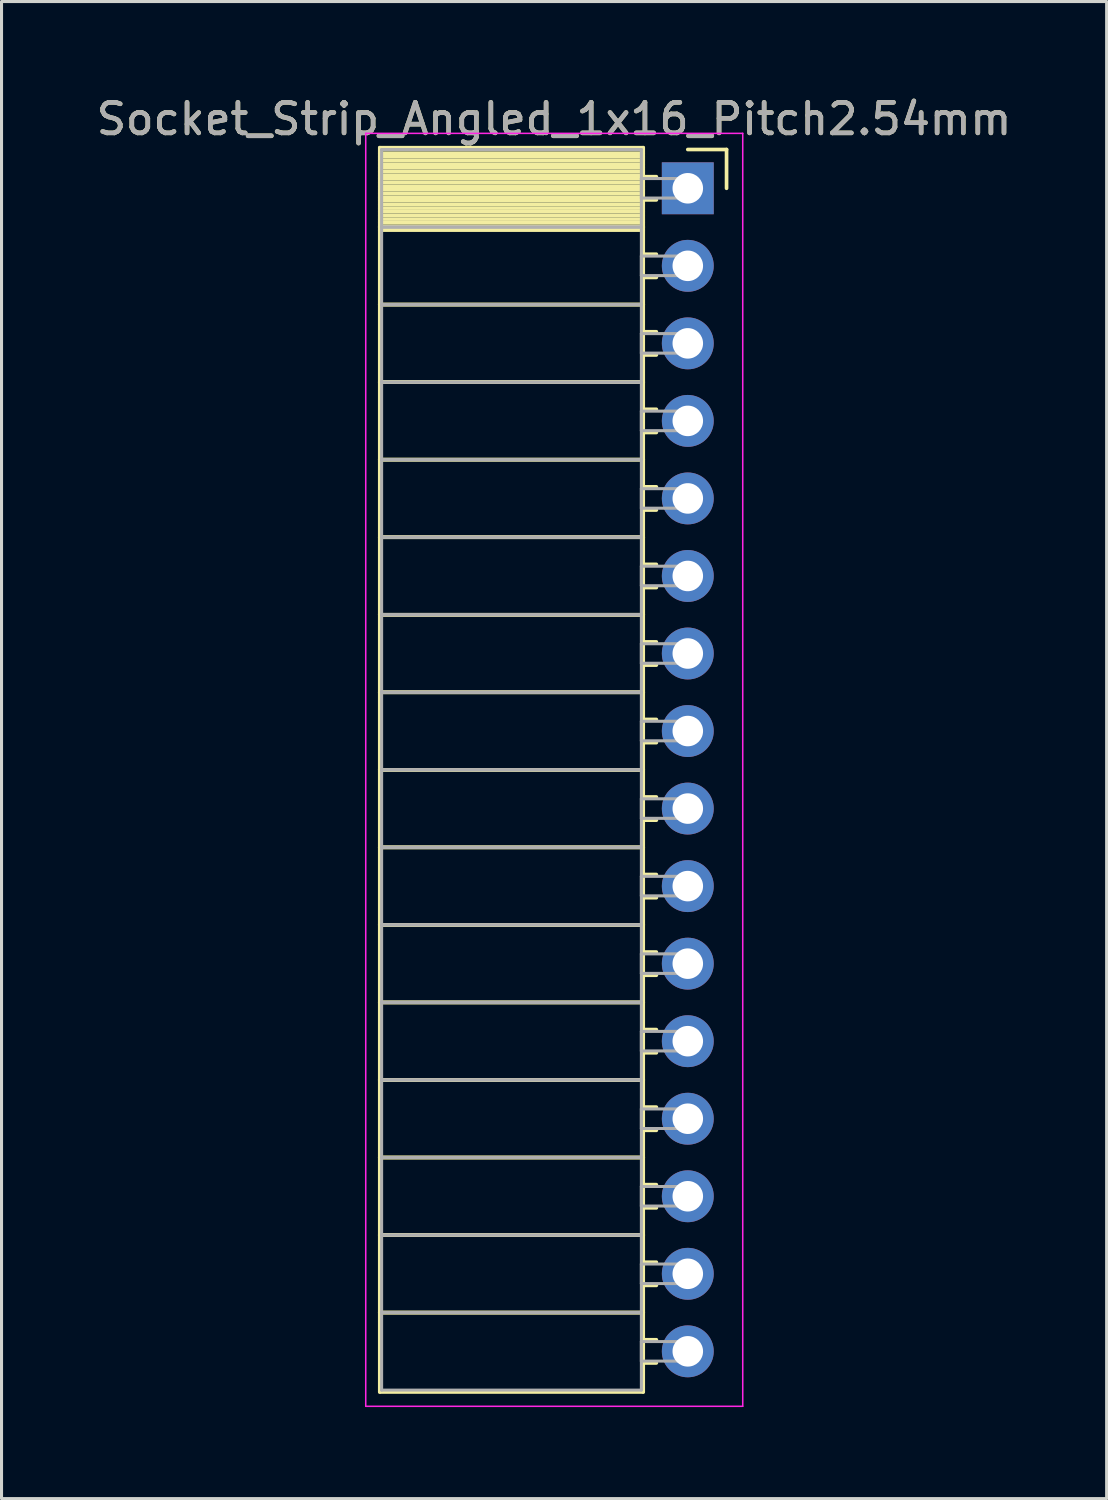
<source format=kicad_pcb>
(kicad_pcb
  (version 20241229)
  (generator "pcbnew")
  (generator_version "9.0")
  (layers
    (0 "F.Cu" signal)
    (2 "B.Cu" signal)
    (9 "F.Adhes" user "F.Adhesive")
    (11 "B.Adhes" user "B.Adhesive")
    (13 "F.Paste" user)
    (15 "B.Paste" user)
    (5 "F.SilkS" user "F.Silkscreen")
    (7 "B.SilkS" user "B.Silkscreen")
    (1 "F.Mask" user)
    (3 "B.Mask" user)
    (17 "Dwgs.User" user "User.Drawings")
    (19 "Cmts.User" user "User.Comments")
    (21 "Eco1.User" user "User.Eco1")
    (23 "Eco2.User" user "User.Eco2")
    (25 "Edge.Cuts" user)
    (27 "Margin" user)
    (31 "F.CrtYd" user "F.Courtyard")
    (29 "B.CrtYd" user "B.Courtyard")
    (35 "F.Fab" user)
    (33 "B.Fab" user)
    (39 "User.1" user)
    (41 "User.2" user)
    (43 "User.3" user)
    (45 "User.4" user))
  (footprint "Socket_Strip_Angled_1x16_Pitch2.54mm"
    (layer "F.Cu")
    (at 19.481 3.118)
    (property "Reference" "Socket_Strip_Angled_1x16_Pitch2.54mm" (at -4.38 -2.27 0) (layer "F.SilkS") (effects (font (size 1 1) (thickness 0.15))))
    (attr through_hole)
    (fp_line (start -10.09 -1.33) (end -1.46 -1.33) (stroke (width 0.12) (type solid)) (layer "F.SilkS"))
    (fp_line (start -10.09 1.27) (end -10.09 -1.33) (stroke (width 0.12) (type solid)) (layer "F.SilkS"))
    (fp_line (start -10.09 1.27) (end -1.46 1.27) (stroke (width 0.12) (type solid)) (layer "F.SilkS"))
    (fp_line (start -10.09 3.81) (end -10.09 1.27) (stroke (width 0.12) (type solid)) (layer "F.SilkS"))
    (fp_line (start -10.09 3.81) (end -1.46 3.81) (stroke (width 0.12) (type solid)) (layer "F.SilkS"))
    (fp_line (start -10.09 6.35) (end -10.09 3.81) (stroke (width 0.12) (type solid)) (layer "F.SilkS"))
    (fp_line (start -10.09 6.35) (end -1.46 6.35) (stroke (width 0.12) (type solid)) (layer "F.SilkS"))
    (fp_line (start -10.09 8.89) (end -10.09 6.35) (stroke (width 0.12) (type solid)) (layer "F.SilkS"))
    (fp_line (start -10.09 8.89) (end -1.46 8.89) (stroke (width 0.12) (type solid)) (layer "F.SilkS"))
    (fp_line (start -10.09 11.43) (end -10.09 8.89) (stroke (width 0.12) (type solid)) (layer "F.SilkS"))
    (fp_line (start -10.09 11.43) (end -1.46 11.43) (stroke (width 0.12) (type solid)) (layer "F.SilkS"))
    (fp_line (start -10.09 13.97) (end -10.09 11.43) (stroke (width 0.12) (type solid)) (layer "F.SilkS"))
    (fp_line (start -10.09 13.97) (end -1.46 13.97) (stroke (width 0.12) (type solid)) (layer "F.SilkS"))
    (fp_line (start -10.09 16.51) (end -10.09 13.97) (stroke (width 0.12) (type solid)) (layer "F.SilkS"))
    (fp_line (start -10.09 16.51) (end -1.46 16.51) (stroke (width 0.12) (type solid)) (layer "F.SilkS"))
    (fp_line (start -10.09 19.05) (end -10.09 16.51) (stroke (width 0.12) (type solid)) (layer "F.SilkS"))
    (fp_line (start -10.09 19.05) (end -1.46 19.05) (stroke (width 0.12) (type solid)) (layer "F.SilkS"))
    (fp_line (start -10.09 21.59) (end -10.09 19.05) (stroke (width 0.12) (type solid)) (layer "F.SilkS"))
    (fp_line (start -10.09 21.59) (end -1.46 21.59) (stroke (width 0.12) (type solid)) (layer "F.SilkS"))
    (fp_line (start -10.09 24.13) (end -10.09 21.59) (stroke (width 0.12) (type solid)) (layer "F.SilkS"))
    (fp_line (start -10.09 24.13) (end -1.46 24.13) (stroke (width 0.12) (type solid)) (layer "F.SilkS"))
    (fp_line (start -10.09 26.67) (end -10.09 24.13) (stroke (width 0.12) (type solid)) (layer "F.SilkS"))
    (fp_line (start -10.09 26.67) (end -1.46 26.67) (stroke (width 0.12) (type solid)) (layer "F.SilkS"))
    (fp_line (start -10.09 29.21) (end -10.09 26.67) (stroke (width 0.12) (type solid)) (layer "F.SilkS"))
    (fp_line (start -10.09 29.21) (end -1.46 29.21) (stroke (width 0.12) (type solid)) (layer "F.SilkS"))
    (fp_line (start -10.09 31.75) (end -10.09 29.21) (stroke (width 0.12) (type solid)) (layer "F.SilkS"))
    (fp_line (start -10.09 31.75) (end -1.46 31.75) (stroke (width 0.12) (type solid)) (layer "F.SilkS"))
    (fp_line (start -10.09 34.29) (end -10.09 31.75) (stroke (width 0.12) (type solid)) (layer "F.SilkS"))
    (fp_line (start -10.09 34.29) (end -1.46 34.29) (stroke (width 0.12) (type solid)) (layer "F.SilkS"))
    (fp_line (start -10.09 36.83) (end -10.09 34.29) (stroke (width 0.12) (type solid)) (layer "F.SilkS"))
    (fp_line (start -10.09 36.83) (end -1.46 36.83) (stroke (width 0.12) (type solid)) (layer "F.SilkS"))
    (fp_line (start -10.09 39.43) (end -10.09 36.83) (stroke (width 0.12) (type solid)) (layer "F.SilkS"))
    (fp_line (start -1.46 -1.33) (end -1.46 1.27) (stroke (width 0.12) (type solid)) (layer "F.SilkS"))
    (fp_line (start -1.46 -1.15) (end -10.09 -1.15) (stroke (width 0.12) (type solid)) (layer "F.SilkS"))
    (fp_line (start -1.46 -1.03) (end -10.09 -1.03) (stroke (width 0.12) (type solid)) (layer "F.SilkS"))
    (fp_line (start -1.46 -0.91) (end -10.09 -0.91) (stroke (width 0.12) (type solid)) (layer "F.SilkS"))
    (fp_line (start -1.46 -0.79) (end -10.09 -0.79) (stroke (width 0.12) (type solid)) (layer "F.SilkS"))
    (fp_line (start -1.46 -0.67) (end -10.09 -0.67) (stroke (width 0.12) (type solid)) (layer "F.SilkS"))
    (fp_line (start -1.46 -0.55) (end -10.09 -0.55) (stroke (width 0.12) (type solid)) (layer "F.SilkS"))
    (fp_line (start -1.46 -0.43) (end -10.09 -0.43) (stroke (width 0.12) (type solid)) (layer "F.SilkS"))
    (fp_line (start -1.46 -0.31) (end -10.09 -0.31) (stroke (width 0.12) (type solid)) (layer "F.SilkS"))
    (fp_line (start -1.46 -0.19) (end -10.09 -0.19) (stroke (width 0.12) (type solid)) (layer "F.SilkS"))
    (fp_line (start -1.46 -0.07) (end -10.09 -0.07) (stroke (width 0.12) (type solid)) (layer "F.SilkS"))
    (fp_line (start -1.46 0.05) (end -10.09 0.05) (stroke (width 0.12) (type solid)) (layer "F.SilkS"))
    (fp_line (start -1.46 0.17) (end -10.09 0.17) (stroke (width 0.12) (type solid)) (layer "F.SilkS"))
    (fp_line (start -1.46 0.29) (end -10.09 0.29) (stroke (width 0.12) (type solid)) (layer "F.SilkS"))
    (fp_line (start -1.46 0.41) (end -10.09 0.41) (stroke (width 0.12) (type solid)) (layer "F.SilkS"))
    (fp_line (start -1.46 0.53) (end -10.09 0.53) (stroke (width 0.12) (type solid)) (layer "F.SilkS"))
    (fp_line (start -1.46 0.65) (end -10.09 0.65) (stroke (width 0.12) (type solid)) (layer "F.SilkS"))
    (fp_line (start -1.46 0.77) (end -10.09 0.77) (stroke (width 0.12) (type solid)) (layer "F.SilkS"))
    (fp_line (start -1.46 0.89) (end -10.09 0.89) (stroke (width 0.12) (type solid)) (layer "F.SilkS"))
    (fp_line (start -1.46 1.01) (end -10.09 1.01) (stroke (width 0.12) (type solid)) (layer "F.SilkS"))
    (fp_line (start -1.46 1.13) (end -10.09 1.13) (stroke (width 0.12) (type solid)) (layer "F.SilkS"))
    (fp_line (start -1.46 1.25) (end -10.09 1.25) (stroke (width 0.12) (type solid)) (layer "F.SilkS"))
    (fp_line (start -1.46 1.27) (end -10.09 1.27) (stroke (width 0.12) (type solid)) (layer "F.SilkS"))
    (fp_line (start -1.46 1.27) (end -1.46 3.81) (stroke (width 0.12) (type solid)) (layer "F.SilkS"))
    (fp_line (start -1.46 1.37) (end -10.09 1.37) (stroke (width 0.12) (type solid)) (layer "F.SilkS"))
    (fp_line (start -1.46 3.81) (end -10.09 3.81) (stroke (width 0.12) (type solid)) (layer "F.SilkS"))
    (fp_line (start -1.46 3.81) (end -1.46 6.35) (stroke (width 0.12) (type solid)) (layer "F.SilkS"))
    (fp_line (start -1.46 6.35) (end -10.09 6.35) (stroke (width 0.12) (type solid)) (layer "F.SilkS"))
    (fp_line (start -1.46 6.35) (end -1.46 8.89) (stroke (width 0.12) (type solid)) (layer "F.SilkS"))
    (fp_line (start -1.46 8.89) (end -10.09 8.89) (stroke (width 0.12) (type solid)) (layer "F.SilkS"))
    (fp_line (start -1.46 8.89) (end -1.46 11.43) (stroke (width 0.12) (type solid)) (layer "F.SilkS"))
    (fp_line (start -1.46 11.43) (end -10.09 11.43) (stroke (width 0.12) (type solid)) (layer "F.SilkS"))
    (fp_line (start -1.46 11.43) (end -1.46 13.97) (stroke (width 0.12) (type solid)) (layer "F.SilkS"))
    (fp_line (start -1.46 13.97) (end -10.09 13.97) (stroke (width 0.12) (type solid)) (layer "F.SilkS"))
    (fp_line (start -1.46 13.97) (end -1.46 16.51) (stroke (width 0.12) (type solid)) (layer "F.SilkS"))
    (fp_line (start -1.46 16.51) (end -10.09 16.51) (stroke (width 0.12) (type solid)) (layer "F.SilkS"))
    (fp_line (start -1.46 16.51) (end -1.46 19.05) (stroke (width 0.12) (type solid)) (layer "F.SilkS"))
    (fp_line (start -1.46 19.05) (end -10.09 19.05) (stroke (width 0.12) (type solid)) (layer "F.SilkS"))
    (fp_line (start -1.46 19.05) (end -1.46 21.59) (stroke (width 0.12) (type solid)) (layer "F.SilkS"))
    (fp_line (start -1.46 21.59) (end -10.09 21.59) (stroke (width 0.12) (type solid)) (layer "F.SilkS"))
    (fp_line (start -1.46 21.59) (end -1.46 24.13) (stroke (width 0.12) (type solid)) (layer "F.SilkS"))
    (fp_line (start -1.46 24.13) (end -10.09 24.13) (stroke (width 0.12) (type solid)) (layer "F.SilkS"))
    (fp_line (start -1.46 24.13) (end -1.46 26.67) (stroke (width 0.12) (type solid)) (layer "F.SilkS"))
    (fp_line (start -1.46 26.67) (end -10.09 26.67) (stroke (width 0.12) (type solid)) (layer "F.SilkS"))
    (fp_line (start -1.46 26.67) (end -1.46 29.21) (stroke (width 0.12) (type solid)) (layer "F.SilkS"))
    (fp_line (start -1.46 29.21) (end -10.09 29.21) (stroke (width 0.12) (type solid)) (layer "F.SilkS"))
    (fp_line (start -1.46 29.21) (end -1.46 31.75) (stroke (width 0.12) (type solid)) (layer "F.SilkS"))
    (fp_line (start -1.46 31.75) (end -10.09 31.75) (stroke (width 0.12) (type solid)) (layer "F.SilkS"))
    (fp_line (start -1.46 31.75) (end -1.46 34.29) (stroke (width 0.12) (type solid)) (layer "F.SilkS"))
    (fp_line (start -1.46 34.29) (end -10.09 34.29) (stroke (width 0.12) (type solid)) (layer "F.SilkS"))
    (fp_line (start -1.46 34.29) (end -1.46 36.83) (stroke (width 0.12) (type solid)) (layer "F.SilkS"))
    (fp_line (start -1.46 36.83) (end -10.09 36.83) (stroke (width 0.12) (type solid)) (layer "F.SilkS"))
    (fp_line (start -1.46 36.83) (end -1.46 39.43) (stroke (width 0.12) (type solid)) (layer "F.SilkS"))
    (fp_line (start -1.46 39.43) (end -10.09 39.43) (stroke (width 0.12) (type solid)) (layer "F.SilkS"))
    (fp_line (start -1.03 -0.38) (end -1.46 -0.38) (stroke (width 0.12) (type solid)) (layer "F.SilkS"))
    (fp_line (start -1.03 0.38) (end -1.46 0.38) (stroke (width 0.12) (type solid)) (layer "F.SilkS"))
    (fp_line (start -1.03 2.16) (end -1.46 2.16) (stroke (width 0.12) (type solid)) (layer "F.SilkS"))
    (fp_line (start -1.03 2.92) (end -1.46 2.92) (stroke (width 0.12) (type solid)) (layer "F.SilkS"))
    (fp_line (start -1.03 4.7) (end -1.46 4.7) (stroke (width 0.12) (type solid)) (layer "F.SilkS"))
    (fp_line (start -1.03 5.46) (end -1.46 5.46) (stroke (width 0.12) (type solid)) (layer "F.SilkS"))
    (fp_line (start -1.03 7.24) (end -1.46 7.24) (stroke (width 0.12) (type solid)) (layer "F.SilkS"))
    (fp_line (start -1.03 8) (end -1.46 8) (stroke (width 0.12) (type solid)) (layer "F.SilkS"))
    (fp_line (start -1.03 9.78) (end -1.46 9.78) (stroke (width 0.12) (type solid)) (layer "F.SilkS"))
    (fp_line (start -1.03 10.54) (end -1.46 10.54) (stroke (width 0.12) (type solid)) (layer "F.SilkS"))
    (fp_line (start -1.03 12.32) (end -1.46 12.32) (stroke (width 0.12) (type solid)) (layer "F.SilkS"))
    (fp_line (start -1.03 13.08) (end -1.46 13.08) (stroke (width 0.12) (type solid)) (layer "F.SilkS"))
    (fp_line (start -1.03 14.86) (end -1.46 14.86) (stroke (width 0.12) (type solid)) (layer "F.SilkS"))
    (fp_line (start -1.03 15.62) (end -1.46 15.62) (stroke (width 0.12) (type solid)) (layer "F.SilkS"))
    (fp_line (start -1.03 17.4) (end -1.46 17.4) (stroke (width 0.12) (type solid)) (layer "F.SilkS"))
    (fp_line (start -1.03 18.16) (end -1.46 18.16) (stroke (width 0.12) (type solid)) (layer "F.SilkS"))
    (fp_line (start -1.03 19.94) (end -1.46 19.94) (stroke (width 0.12) (type solid)) (layer "F.SilkS"))
    (fp_line (start -1.03 20.7) (end -1.46 20.7) (stroke (width 0.12) (type solid)) (layer "F.SilkS"))
    (fp_line (start -1.03 22.48) (end -1.46 22.48) (stroke (width 0.12) (type solid)) (layer "F.SilkS"))
    (fp_line (start -1.03 23.24) (end -1.46 23.24) (stroke (width 0.12) (type solid)) (layer "F.SilkS"))
    (fp_line (start -1.03 25.02) (end -1.46 25.02) (stroke (width 0.12) (type solid)) (layer "F.SilkS"))
    (fp_line (start -1.03 25.78) (end -1.46 25.78) (stroke (width 0.12) (type solid)) (layer "F.SilkS"))
    (fp_line (start -1.03 27.56) (end -1.46 27.56) (stroke (width 0.12) (type solid)) (layer "F.SilkS"))
    (fp_line (start -1.03 28.32) (end -1.46 28.32) (stroke (width 0.12) (type solid)) (layer "F.SilkS"))
    (fp_line (start -1.03 30.1) (end -1.46 30.1) (stroke (width 0.12) (type solid)) (layer "F.SilkS"))
    (fp_line (start -1.03 30.86) (end -1.46 30.86) (stroke (width 0.12) (type solid)) (layer "F.SilkS"))
    (fp_line (start -1.03 32.64) (end -1.46 32.64) (stroke (width 0.12) (type solid)) (layer "F.SilkS"))
    (fp_line (start -1.03 33.4) (end -1.46 33.4) (stroke (width 0.12) (type solid)) (layer "F.SilkS"))
    (fp_line (start -1.03 35.18) (end -1.46 35.18) (stroke (width 0.12) (type solid)) (layer "F.SilkS"))
    (fp_line (start -1.03 35.94) (end -1.46 35.94) (stroke (width 0.12) (type solid)) (layer "F.SilkS"))
    (fp_line (start -1.03 37.72) (end -1.46 37.72) (stroke (width 0.12) (type solid)) (layer "F.SilkS"))
    (fp_line (start -1.03 38.48) (end -1.46 38.48) (stroke (width 0.12) (type solid)) (layer "F.SilkS"))
    (fp_line (start 0 -1.27) (end 1.27 -1.27) (stroke (width 0.12) (type solid)) (layer "F.SilkS"))
    (fp_line (start 1.27 -1.27) (end 1.27 0) (stroke (width 0.12) (type solid)) (layer "F.SilkS"))
    (fp_line (start -10.55 -1.8) (end 1.8 -1.8) (stroke (width 0.05) (type solid)) (layer "F.CrtYd"))
    (fp_line (start -10.55 39.9) (end -10.55 -1.8) (stroke (width 0.05) (type solid)) (layer "F.CrtYd"))
    (fp_line (start 1.8 -1.8) (end 1.8 39.9) (stroke (width 0.05) (type solid)) (layer "F.CrtYd"))
    (fp_line (start 1.8 39.9) (end -10.55 39.9) (stroke (width 0.05) (type solid)) (layer "F.CrtYd"))
    (fp_line (start -10.03 -1.27) (end -1.52 -1.27) (stroke (width 0.1) (type solid)) (layer "F.Fab"))
    (fp_line (start -10.03 1.27) (end -10.03 -1.27) (stroke (width 0.1) (type solid)) (layer "F.Fab"))
    (fp_line (start -10.03 1.27) (end -1.52 1.27) (stroke (width 0.1) (type solid)) (layer "F.Fab"))
    (fp_line (start -10.03 3.81) (end -10.03 1.27) (stroke (width 0.1) (type solid)) (layer "F.Fab"))
    (fp_line (start -10.03 3.81) (end -1.52 3.81) (stroke (width 0.1) (type solid)) (layer "F.Fab"))
    (fp_line (start -10.03 6.35) (end -10.03 3.81) (stroke (width 0.1) (type solid)) (layer "F.Fab"))
    (fp_line (start -10.03 6.35) (end -1.52 6.35) (stroke (width 0.1) (type solid)) (layer "F.Fab"))
    (fp_line (start -10.03 8.89) (end -10.03 6.35) (stroke (width 0.1) (type solid)) (layer "F.Fab"))
    (fp_line (start -10.03 8.89) (end -1.52 8.89) (stroke (width 0.1) (type solid)) (layer "F.Fab"))
    (fp_line (start -10.03 11.43) (end -10.03 8.89) (stroke (width 0.1) (type solid)) (layer "F.Fab"))
    (fp_line (start -10.03 11.43) (end -1.52 11.43) (stroke (width 0.1) (type solid)) (layer "F.Fab"))
    (fp_line (start -10.03 13.97) (end -10.03 11.43) (stroke (width 0.1) (type solid)) (layer "F.Fab"))
    (fp_line (start -10.03 13.97) (end -1.52 13.97) (stroke (width 0.1) (type solid)) (layer "F.Fab"))
    (fp_line (start -10.03 16.51) (end -10.03 13.97) (stroke (width 0.1) (type solid)) (layer "F.Fab"))
    (fp_line (start -10.03 16.51) (end -1.52 16.51) (stroke (width 0.1) (type solid)) (layer "F.Fab"))
    (fp_line (start -10.03 19.05) (end -10.03 16.51) (stroke (width 0.1) (type solid)) (layer "F.Fab"))
    (fp_line (start -10.03 19.05) (end -1.52 19.05) (stroke (width 0.1) (type solid)) (layer "F.Fab"))
    (fp_line (start -10.03 21.59) (end -10.03 19.05) (stroke (width 0.1) (type solid)) (layer "F.Fab"))
    (fp_line (start -10.03 21.59) (end -1.52 21.59) (stroke (width 0.1) (type solid)) (layer "F.Fab"))
    (fp_line (start -10.03 24.13) (end -10.03 21.59) (stroke (width 0.1) (type solid)) (layer "F.Fab"))
    (fp_line (start -10.03 24.13) (end -1.52 24.13) (stroke (width 0.1) (type solid)) (layer "F.Fab"))
    (fp_line (start -10.03 26.67) (end -10.03 24.13) (stroke (width 0.1) (type solid)) (layer "F.Fab"))
    (fp_line (start -10.03 26.67) (end -1.52 26.67) (stroke (width 0.1) (type solid)) (layer "F.Fab"))
    (fp_line (start -10.03 29.21) (end -10.03 26.67) (stroke (width 0.1) (type solid)) (layer "F.Fab"))
    (fp_line (start -10.03 29.21) (end -1.52 29.21) (stroke (width 0.1) (type solid)) (layer "F.Fab"))
    (fp_line (start -10.03 31.75) (end -10.03 29.21) (stroke (width 0.1) (type solid)) (layer "F.Fab"))
    (fp_line (start -10.03 31.75) (end -1.52 31.75) (stroke (width 0.1) (type solid)) (layer "F.Fab"))
    (fp_line (start -10.03 34.29) (end -10.03 31.75) (stroke (width 0.1) (type solid)) (layer "F.Fab"))
    (fp_line (start -10.03 34.29) (end -1.52 34.29) (stroke (width 0.1) (type solid)) (layer "F.Fab"))
    (fp_line (start -10.03 36.83) (end -10.03 34.29) (stroke (width 0.1) (type solid)) (layer "F.Fab"))
    (fp_line (start -10.03 36.83) (end -1.52 36.83) (stroke (width 0.1) (type solid)) (layer "F.Fab"))
    (fp_line (start -10.03 39.37) (end -10.03 36.83) (stroke (width 0.1) (type solid)) (layer "F.Fab"))
    (fp_line (start -1.52 -1.27) (end -1.52 1.27) (stroke (width 0.1) (type solid)) (layer "F.Fab"))
    (fp_line (start -1.52 -0.32) (end 0 -0.32) (stroke (width 0.1) (type solid)) (layer "F.Fab"))
    (fp_line (start -1.52 0.32) (end -1.52 -0.32) (stroke (width 0.1) (type solid)) (layer "F.Fab"))
    (fp_line (start -1.52 1.27) (end -10.03 1.27) (stroke (width 0.1) (type solid)) (layer "F.Fab"))
    (fp_line (start -1.52 1.27) (end -1.52 3.81) (stroke (width 0.1) (type solid)) (layer "F.Fab"))
    (fp_line (start -1.52 2.22) (end 0 2.22) (stroke (width 0.1) (type solid)) (layer "F.Fab"))
    (fp_line (start -1.52 2.86) (end -1.52 2.22) (stroke (width 0.1) (type solid)) (layer "F.Fab"))
    (fp_line (start -1.52 3.81) (end -10.03 3.81) (stroke (width 0.1) (type solid)) (layer "F.Fab"))
    (fp_line (start -1.52 3.81) (end -1.52 6.35) (stroke (width 0.1) (type solid)) (layer "F.Fab"))
    (fp_line (start -1.52 4.76) (end 0 4.76) (stroke (width 0.1) (type solid)) (layer "F.Fab"))
    (fp_line (start -1.52 5.4) (end -1.52 4.76) (stroke (width 0.1) (type solid)) (layer "F.Fab"))
    (fp_line (start -1.52 6.35) (end -10.03 6.35) (stroke (width 0.1) (type solid)) (layer "F.Fab"))
    (fp_line (start -1.52 6.35) (end -1.52 8.89) (stroke (width 0.1) (type solid)) (layer "F.Fab"))
    (fp_line (start -1.52 7.3) (end 0 7.3) (stroke (width 0.1) (type solid)) (layer "F.Fab"))
    (fp_line (start -1.52 7.94) (end -1.52 7.3) (stroke (width 0.1) (type solid)) (layer "F.Fab"))
    (fp_line (start -1.52 8.89) (end -10.03 8.89) (stroke (width 0.1) (type solid)) (layer "F.Fab"))
    (fp_line (start -1.52 8.89) (end -1.52 11.43) (stroke (width 0.1) (type solid)) (layer "F.Fab"))
    (fp_line (start -1.52 9.84) (end 0 9.84) (stroke (width 0.1) (type solid)) (layer "F.Fab"))
    (fp_line (start -1.52 10.48) (end -1.52 9.84) (stroke (width 0.1) (type solid)) (layer "F.Fab"))
    (fp_line (start -1.52 11.43) (end -10.03 11.43) (stroke (width 0.1) (type solid)) (layer "F.Fab"))
    (fp_line (start -1.52 11.43) (end -1.52 13.97) (stroke (width 0.1) (type solid)) (layer "F.Fab"))
    (fp_line (start -1.52 12.38) (end 0 12.38) (stroke (width 0.1) (type solid)) (layer "F.Fab"))
    (fp_line (start -1.52 13.02) (end -1.52 12.38) (stroke (width 0.1) (type solid)) (layer "F.Fab"))
    (fp_line (start -1.52 13.97) (end -10.03 13.97) (stroke (width 0.1) (type solid)) (layer "F.Fab"))
    (fp_line (start -1.52 13.97) (end -1.52 16.51) (stroke (width 0.1) (type solid)) (layer "F.Fab"))
    (fp_line (start -1.52 14.92) (end 0 14.92) (stroke (width 0.1) (type solid)) (layer "F.Fab"))
    (fp_line (start -1.52 15.56) (end -1.52 14.92) (stroke (width 0.1) (type solid)) (layer "F.Fab"))
    (fp_line (start -1.52 16.51) (end -10.03 16.51) (stroke (width 0.1) (type solid)) (layer "F.Fab"))
    (fp_line (start -1.52 16.51) (end -1.52 19.05) (stroke (width 0.1) (type solid)) (layer "F.Fab"))
    (fp_line (start -1.52 17.46) (end 0 17.46) (stroke (width 0.1) (type solid)) (layer "F.Fab"))
    (fp_line (start -1.52 18.1) (end -1.52 17.46) (stroke (width 0.1) (type solid)) (layer "F.Fab"))
    (fp_line (start -1.52 19.05) (end -10.03 19.05) (stroke (width 0.1) (type solid)) (layer "F.Fab"))
    (fp_line (start -1.52 19.05) (end -1.52 21.59) (stroke (width 0.1) (type solid)) (layer "F.Fab"))
    (fp_line (start -1.52 20) (end 0 20) (stroke (width 0.1) (type solid)) (layer "F.Fab"))
    (fp_line (start -1.52 20.64) (end -1.52 20) (stroke (width 0.1) (type solid)) (layer "F.Fab"))
    (fp_line (start -1.52 21.59) (end -10.03 21.59) (stroke (width 0.1) (type solid)) (layer "F.Fab"))
    (fp_line (start -1.52 21.59) (end -1.52 24.13) (stroke (width 0.1) (type solid)) (layer "F.Fab"))
    (fp_line (start -1.52 22.54) (end 0 22.54) (stroke (width 0.1) (type solid)) (layer "F.Fab"))
    (fp_line (start -1.52 23.18) (end -1.52 22.54) (stroke (width 0.1) (type solid)) (layer "F.Fab"))
    (fp_line (start -1.52 24.13) (end -10.03 24.13) (stroke (width 0.1) (type solid)) (layer "F.Fab"))
    (fp_line (start -1.52 24.13) (end -1.52 26.67) (stroke (width 0.1) (type solid)) (layer "F.Fab"))
    (fp_line (start -1.52 25.08) (end 0 25.08) (stroke (width 0.1) (type solid)) (layer "F.Fab"))
    (fp_line (start -1.52 25.72) (end -1.52 25.08) (stroke (width 0.1) (type solid)) (layer "F.Fab"))
    (fp_line (start -1.52 26.67) (end -10.03 26.67) (stroke (width 0.1) (type solid)) (layer "F.Fab"))
    (fp_line (start -1.52 26.67) (end -1.52 29.21) (stroke (width 0.1) (type solid)) (layer "F.Fab"))
    (fp_line (start -1.52 27.62) (end 0 27.62) (stroke (width 0.1) (type solid)) (layer "F.Fab"))
    (fp_line (start -1.52 28.26) (end -1.52 27.62) (stroke (width 0.1) (type solid)) (layer "F.Fab"))
    (fp_line (start -1.52 29.21) (end -10.03 29.21) (stroke (width 0.1) (type solid)) (layer "F.Fab"))
    (fp_line (start -1.52 29.21) (end -1.52 31.75) (stroke (width 0.1) (type solid)) (layer "F.Fab"))
    (fp_line (start -1.52 30.16) (end 0 30.16) (stroke (width 0.1) (type solid)) (layer "F.Fab"))
    (fp_line (start -1.52 30.8) (end -1.52 30.16) (stroke (width 0.1) (type solid)) (layer "F.Fab"))
    (fp_line (start -1.52 31.75) (end -10.03 31.75) (stroke (width 0.1) (type solid)) (layer "F.Fab"))
    (fp_line (start -1.52 31.75) (end -1.52 34.29) (stroke (width 0.1) (type solid)) (layer "F.Fab"))
    (fp_line (start -1.52 32.7) (end 0 32.7) (stroke (width 0.1) (type solid)) (layer "F.Fab"))
    (fp_line (start -1.52 33.34) (end -1.52 32.7) (stroke (width 0.1) (type solid)) (layer "F.Fab"))
    (fp_line (start -1.52 34.29) (end -10.03 34.29) (stroke (width 0.1) (type solid)) (layer "F.Fab"))
    (fp_line (start -1.52 34.29) (end -1.52 36.83) (stroke (width 0.1) (type solid)) (layer "F.Fab"))
    (fp_line (start -1.52 35.24) (end 0 35.24) (stroke (width 0.1) (type solid)) (layer "F.Fab"))
    (fp_line (start -1.52 35.88) (end -1.52 35.24) (stroke (width 0.1) (type solid)) (layer "F.Fab"))
    (fp_line (start -1.52 36.83) (end -10.03 36.83) (stroke (width 0.1) (type solid)) (layer "F.Fab"))
    (fp_line (start -1.52 36.83) (end -1.52 39.37) (stroke (width 0.1) (type solid)) (layer "F.Fab"))
    (fp_line (start -1.52 37.78) (end 0 37.78) (stroke (width 0.1) (type solid)) (layer "F.Fab"))
    (fp_line (start -1.52 38.42) (end -1.52 37.78) (stroke (width 0.1) (type solid)) (layer "F.Fab"))
    (fp_line (start -1.52 39.37) (end -10.03 39.37) (stroke (width 0.1) (type solid)) (layer "F.Fab"))
    (fp_line (start 0 -0.32) (end 0 0.32) (stroke (width 0.1) (type solid)) (layer "F.Fab"))
    (fp_line (start 0 0.32) (end -1.52 0.32) (stroke (width 0.1) (type solid)) (layer "F.Fab"))
    (fp_line (start 0 2.22) (end 0 2.86) (stroke (width 0.1) (type solid)) (layer "F.Fab"))
    (fp_line (start 0 2.86) (end -1.52 2.86) (stroke (width 0.1) (type solid)) (layer "F.Fab"))
    (fp_line (start 0 4.76) (end 0 5.4) (stroke (width 0.1) (type solid)) (layer "F.Fab"))
    (fp_line (start 0 5.4) (end -1.52 5.4) (stroke (width 0.1) (type solid)) (layer "F.Fab"))
    (fp_line (start 0 7.3) (end 0 7.94) (stroke (width 0.1) (type solid)) (layer "F.Fab"))
    (fp_line (start 0 7.94) (end -1.52 7.94) (stroke (width 0.1) (type solid)) (layer "F.Fab"))
    (fp_line (start 0 9.84) (end 0 10.48) (stroke (width 0.1) (type solid)) (layer "F.Fab"))
    (fp_line (start 0 10.48) (end -1.52 10.48) (stroke (width 0.1) (type solid)) (layer "F.Fab"))
    (fp_line (start 0 12.38) (end 0 13.02) (stroke (width 0.1) (type solid)) (layer "F.Fab"))
    (fp_line (start 0 13.02) (end -1.52 13.02) (stroke (width 0.1) (type solid)) (layer "F.Fab"))
    (fp_line (start 0 14.92) (end 0 15.56) (stroke (width 0.1) (type solid)) (layer "F.Fab"))
    (fp_line (start 0 15.56) (end -1.52 15.56) (stroke (width 0.1) (type solid)) (layer "F.Fab"))
    (fp_line (start 0 17.46) (end 0 18.1) (stroke (width 0.1) (type solid)) (layer "F.Fab"))
    (fp_line (start 0 18.1) (end -1.52 18.1) (stroke (width 0.1) (type solid)) (layer "F.Fab"))
    (fp_line (start 0 20) (end 0 20.64) (stroke (width 0.1) (type solid)) (layer "F.Fab"))
    (fp_line (start 0 20.64) (end -1.52 20.64) (stroke (width 0.1) (type solid)) (layer "F.Fab"))
    (fp_line (start 0 22.54) (end 0 23.18) (stroke (width 0.1) (type solid)) (layer "F.Fab"))
    (fp_line (start 0 23.18) (end -1.52 23.18) (stroke (width 0.1) (type solid)) (layer "F.Fab"))
    (fp_line (start 0 25.08) (end 0 25.72) (stroke (width 0.1) (type solid)) (layer "F.Fab"))
    (fp_line (start 0 25.72) (end -1.52 25.72) (stroke (width 0.1) (type solid)) (layer "F.Fab"))
    (fp_line (start 0 27.62) (end 0 28.26) (stroke (width 0.1) (type solid)) (layer "F.Fab"))
    (fp_line (start 0 28.26) (end -1.52 28.26) (stroke (width 0.1) (type solid)) (layer "F.Fab"))
    (fp_line (start 0 30.16) (end 0 30.8) (stroke (width 0.1) (type solid)) (layer "F.Fab"))
    (fp_line (start 0 30.8) (end -1.52 30.8) (stroke (width 0.1) (type solid)) (layer "F.Fab"))
    (fp_line (start 0 32.7) (end 0 33.34) (stroke (width 0.1) (type solid)) (layer "F.Fab"))
    (fp_line (start 0 33.34) (end -1.52 33.34) (stroke (width 0.1) (type solid)) (layer "F.Fab"))
    (fp_line (start 0 35.24) (end 0 35.88) (stroke (width 0.1) (type solid)) (layer "F.Fab"))
    (fp_line (start 0 35.88) (end -1.52 35.88) (stroke (width 0.1) (type solid)) (layer "F.Fab"))
    (fp_line (start 0 37.78) (end 0 38.42) (stroke (width 0.1) (type solid)) (layer "F.Fab"))
    (fp_line (start 0 38.42) (end -1.52 38.42) (stroke (width 0.1) (type solid)) (layer "F.Fab"))
    (fp_text user "${REFERENCE}" (at -4.38 -2.27 0) (layer "F.Fab") (effects (font (size 1 1) (thickness 0.15))))
    (pad "1" thru_hole rect (at 0 0) (size 1.7 1.7) (drill 1) (layers "*.Cu" "*.Mask"))
    (pad "2" thru_hole oval (at 0 2.54) (size 1.7 1.7) (drill 1) (layers "*.Cu" "*.Mask"))
    (pad "3" thru_hole oval (at 0 5.08) (size 1.7 1.7) (drill 1) (layers "*.Cu" "*.Mask"))
    (pad "4" thru_hole oval (at 0 7.62) (size 1.7 1.7) (drill 1) (layers "*.Cu" "*.Mask"))
    (pad "5" thru_hole oval (at 0 10.16) (size 1.7 1.7) (drill 1) (layers "*.Cu" "*.Mask"))
    (pad "6" thru_hole oval (at 0 12.7) (size 1.7 1.7) (drill 1) (layers "*.Cu" "*.Mask"))
    (pad "7" thru_hole oval (at 0 15.24) (size 1.7 1.7) (drill 1) (layers "*.Cu" "*.Mask"))
    (pad "8" thru_hole oval (at 0 17.78) (size 1.7 1.7) (drill 1) (layers "*.Cu" "*.Mask"))
    (pad "9" thru_hole oval (at 0 20.32) (size 1.7 1.7) (drill 1) (layers "*.Cu" "*.Mask"))
    (pad "10" thru_hole oval (at 0 22.86) (size 1.7 1.7) (drill 1) (layers "*.Cu" "*.Mask"))
    (pad "11" thru_hole oval (at 0 25.4) (size 1.7 1.7) (drill 1) (layers "*.Cu" "*.Mask"))
    (pad "12" thru_hole oval (at 0 27.94) (size 1.7 1.7) (drill 1) (layers "*.Cu" "*.Mask"))
    (pad "13" thru_hole oval (at 0 30.48) (size 1.7 1.7) (drill 1) (layers "*.Cu" "*.Mask"))
    (pad "14" thru_hole oval (at 0 33.02) (size 1.7 1.7) (drill 1) (layers "*.Cu" "*.Mask"))
    (pad "15" thru_hole oval (at 0 35.56) (size 1.7 1.7) (drill 1) (layers "*.Cu" "*.Mask"))
    (pad "16" thru_hole oval (at 0 38.1) (size 1.7 1.7) (drill 1) (layers "*.Cu" "*.Mask")))
  (gr_rect
    (start -3 -3)
    (end 33.202 46.043)
    (stroke (width 0.1) (type default))
    (fill no)
    (layer "Edge.Cuts")))
</source>
